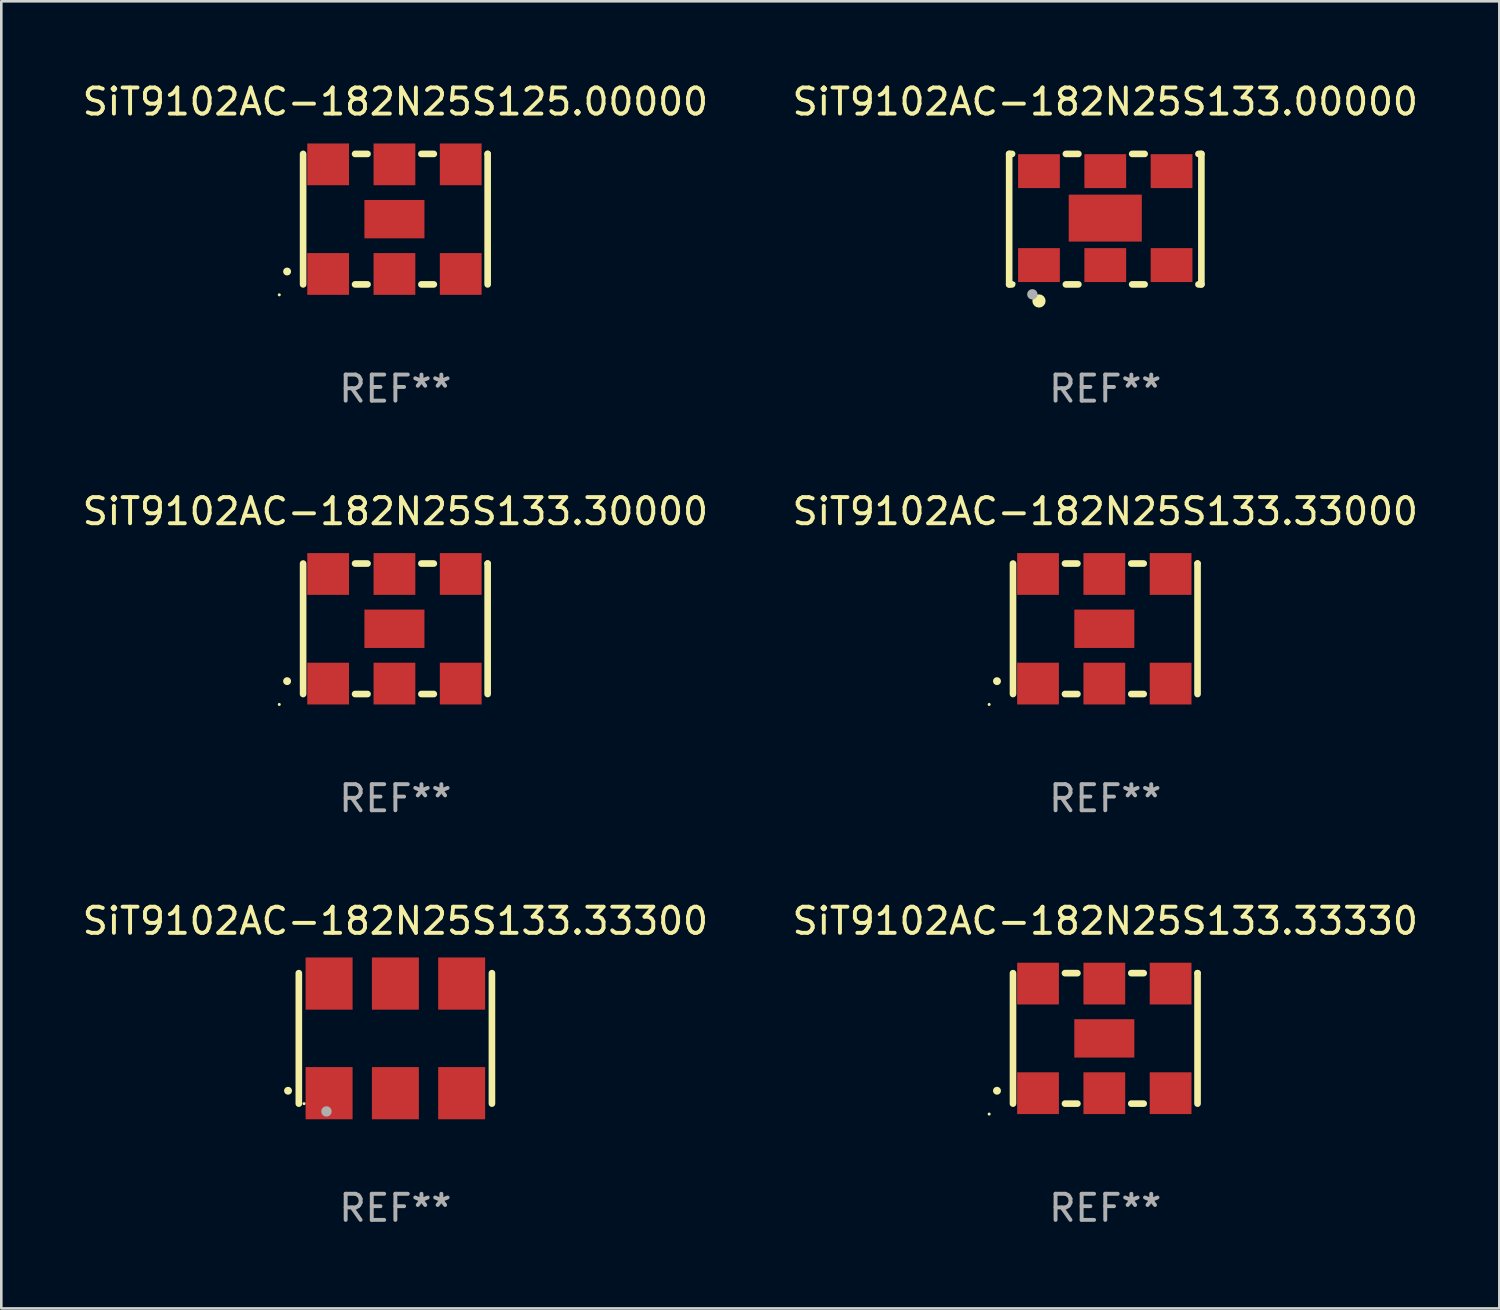
<source format=kicad_pcb>
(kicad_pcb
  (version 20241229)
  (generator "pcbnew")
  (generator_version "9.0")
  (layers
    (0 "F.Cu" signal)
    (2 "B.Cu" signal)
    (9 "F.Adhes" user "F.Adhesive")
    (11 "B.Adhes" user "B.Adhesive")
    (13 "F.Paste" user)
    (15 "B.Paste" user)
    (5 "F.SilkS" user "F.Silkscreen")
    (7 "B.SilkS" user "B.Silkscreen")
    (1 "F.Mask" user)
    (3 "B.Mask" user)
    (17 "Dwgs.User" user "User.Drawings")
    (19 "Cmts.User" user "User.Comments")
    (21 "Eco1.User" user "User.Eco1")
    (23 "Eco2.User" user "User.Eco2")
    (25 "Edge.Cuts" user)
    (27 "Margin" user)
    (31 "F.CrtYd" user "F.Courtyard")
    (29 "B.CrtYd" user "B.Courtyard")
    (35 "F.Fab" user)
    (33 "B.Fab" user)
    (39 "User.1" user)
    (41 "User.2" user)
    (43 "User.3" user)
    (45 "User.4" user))
  (footprint "SiT9102AC-182N25S125.00000"
    (layer "F.Cu")
    (at 12.101 5.348)
    (property "Reference" "SiT9102AC-182N25S125.00000" (at 0 -4.5 0) (layer "F.SilkS") (effects (font (size 1 1) (thickness 0.15))))
    (attr through_hole)
    (fp_line (start -3.536 -2.5) (end -3.536 2.5) (stroke (width 0.254) (type solid)) (layer "F.SilkS"))
    (fp_line (start -1.544 2.5) (end -1.067 2.5) (stroke (width 0.254) (type solid)) (layer "F.SilkS"))
    (fp_line (start -1.067 -2.5) (end -1.544 -2.5) (stroke (width 0.254) (type solid)) (layer "F.SilkS"))
    (fp_line (start 0.996 2.5) (end 1.473 2.5) (stroke (width 0.254) (type solid)) (layer "F.SilkS"))
    (fp_line (start 1.473 -2.5) (end 0.996 -2.5) (stroke (width 0.254) (type solid)) (layer "F.SilkS"))
    (fp_line (start 3.536 -2.5) (end 3.536 -2.5) (stroke (width 0.254) (type solid)) (layer "F.SilkS"))
    (fp_line (start 3.536 2.5) (end 3.536 -2.5) (stroke (width 0.254) (type solid)) (layer "F.SilkS"))
    (fp_arc (start -4.150432 2.006604) (mid -4.149162 2.006599) (end -4.147892 2.006604) (stroke (width 0.3) (type solid)) (layer "F.SilkS"))
    (fp_circle (center -4.449 2.9) (end -4.419 2.9) (stroke (width 0.06) (type solid)) (fill no) (layer "F.SilkS"))
    (fp_text user "REF**" (at 0 6.5 0) (layer "F.Fab") (effects (font (size 1 1) (thickness 0.15))))
    (pad "1" smd rect (at -2.576 2.1) (size 1.6 1.6) (layers "F.Cu" "F.Mask" "F.Paste"))
    (pad "2" smd rect (at -0.036 2.1) (size 1.6 1.6) (layers "F.Cu" "F.Mask" "F.Paste"))
    (pad "3" smd rect (at 2.504 2.1) (size 1.6 1.6) (layers "F.Cu" "F.Mask" "F.Paste"))
    (pad "4" smd rect (at 2.504 -2.1) (size 1.6 1.6) (layers "F.Cu" "F.Mask" "F.Paste"))
    (pad "5" smd rect (at -0.036 -2.1) (size 1.6 1.6) (layers "F.Cu" "F.Mask" "F.Paste"))
    (pad "6" smd rect (at -2.576 -2.1) (size 1.6 1.6) (layers "F.Cu" "F.Mask" "F.Paste"))
    (pad "7" smd rect (at -0.036 0) (size 2.3 1.47) (layers "F.Cu" "F.Mask" "F.Paste")))
  (footprint "SiT9102AC-182N25S133.30000"
    (layer "F.Cu")
    (at 12.101 21.045)
    (property "Reference" "SiT9102AC-182N25S133.30000" (at 0 -4.5 0) (layer "F.SilkS") (effects (font (size 1 1) (thickness 0.15))))
    (attr through_hole)
    (fp_line (start -3.536 -2.5) (end -3.536 2.5) (stroke (width 0.254) (type solid)) (layer "F.SilkS"))
    (fp_line (start -1.544 2.5) (end -1.067 2.5) (stroke (width 0.254) (type solid)) (layer "F.SilkS"))
    (fp_line (start -1.067 -2.5) (end -1.544 -2.5) (stroke (width 0.254) (type solid)) (layer "F.SilkS"))
    (fp_line (start 0.996 2.5) (end 1.473 2.5) (stroke (width 0.254) (type solid)) (layer "F.SilkS"))
    (fp_line (start 1.473 -2.5) (end 0.996 -2.5) (stroke (width 0.254) (type solid)) (layer "F.SilkS"))
    (fp_line (start 3.536 -2.5) (end 3.536 -2.5) (stroke (width 0.254) (type solid)) (layer "F.SilkS"))
    (fp_line (start 3.536 2.5) (end 3.536 -2.5) (stroke (width 0.254) (type solid)) (layer "F.SilkS"))
    (fp_arc (start -4.150432 2.006604) (mid -4.149162 2.006599) (end -4.147892 2.006604) (stroke (width 0.3) (type solid)) (layer "F.SilkS"))
    (fp_circle (center -4.449 2.9) (end -4.419 2.9) (stroke (width 0.06) (type solid)) (fill no) (layer "F.SilkS"))
    (fp_text user "REF**" (at 0 6.5 0) (layer "F.Fab") (effects (font (size 1 1) (thickness 0.15))))
    (pad "1" smd rect (at -2.576 2.1) (size 1.6 1.6) (layers "F.Cu" "F.Mask" "F.Paste"))
    (pad "2" smd rect (at -0.036 2.1) (size 1.6 1.6) (layers "F.Cu" "F.Mask" "F.Paste"))
    (pad "3" smd rect (at 2.504 2.1) (size 1.6 1.6) (layers "F.Cu" "F.Mask" "F.Paste"))
    (pad "4" smd rect (at 2.504 -2.1) (size 1.6 1.6) (layers "F.Cu" "F.Mask" "F.Paste"))
    (pad "5" smd rect (at -0.036 -2.1) (size 1.6 1.6) (layers "F.Cu" "F.Mask" "F.Paste"))
    (pad "6" smd rect (at -2.576 -2.1) (size 1.6 1.6) (layers "F.Cu" "F.Mask" "F.Paste"))
    (pad "7" smd rect (at -0.036 0) (size 2.3 1.47) (layers "F.Cu" "F.Mask" "F.Paste")))
  (footprint "SiT9102AC-182N25S133.33300"
    (layer "F.Cu")
    (at 12.101 36.741)
    (property "Reference" "SiT9102AC-182N25S133.33300" (at 0 -4.5 0) (layer "F.SilkS") (effects (font (size 1 1) (thickness 0.15))))
    (attr through_hole)
    (fp_line (start -3.7 -2.5) (end -3.7 2.5) (stroke (width 0.254) (type solid)) (layer "F.SilkS"))
    (fp_line (start 3.7 -2.5) (end 3.7 2.5) (stroke (width 0.254) (type solid)) (layer "F.SilkS"))
    (fp_arc (start -4.114415 2.006604) (mid -4.113145 2.006599) (end -4.111875 2.006604) (stroke (width 0.3) (type solid)) (layer "F.SilkS"))
    (fp_circle (center -3.5 2.501) (end -3.47 2.501) (stroke (width 0.06) (type solid)) (fill no) (layer "F.SilkS"))
    (fp_circle (center -2.641 2.799) (end -2.541 2.799) (stroke (width 0.2) (type solid)) (fill no) (layer "F.Fab"))
    (fp_text user "REF**" (at 0 6.5 0) (layer "F.Fab") (effects (font (size 1 1) (thickness 0.15))))
    (pad "1" smd rect (at -2.54 2.1) (size 1.8 2) (layers "F.Cu" "F.Mask" "F.Paste"))
    (pad "2" smd rect (at 0.000394 2.1) (size 1.8 2) (layers "F.Cu" "F.Mask" "F.Paste"))
    (pad "3" smd rect (at 2.54 2.1) (size 1.8 2) (layers "F.Cu" "F.Mask" "F.Paste"))
    (pad "4" smd rect (at 2.54 -2.1) (size 1.8 2) (layers "F.Cu" "F.Mask" "F.Paste"))
    (pad "5" smd rect (at 0.000394 -2.1) (size 1.8 2) (layers "F.Cu" "F.Mask" "F.Paste"))
    (pad "6" smd rect (at -2.54 -2.1) (size 1.8 2) (layers "F.Cu" "F.Mask" "F.Paste")))
  (footprint "SiT9102AC-182N25S133.33330"
    (layer "F.Cu")
    (at 39.304 36.741)
    (property "Reference" "SiT9102AC-182N25S133.33330" (at 0 -4.5 0) (layer "F.SilkS") (effects (font (size 1 1) (thickness 0.15))))
    (attr through_hole)
    (fp_line (start -3.536 -2.5) (end -3.536 2.5) (stroke (width 0.254) (type solid)) (layer "F.SilkS"))
    (fp_line (start -1.544 2.5) (end -1.067 2.5) (stroke (width 0.254) (type solid)) (layer "F.SilkS"))
    (fp_line (start -1.067 -2.5) (end -1.544 -2.5) (stroke (width 0.254) (type solid)) (layer "F.SilkS"))
    (fp_line (start 0.996 2.5) (end 1.473 2.5) (stroke (width 0.254) (type solid)) (layer "F.SilkS"))
    (fp_line (start 1.473 -2.5) (end 0.996 -2.5) (stroke (width 0.254) (type solid)) (layer "F.SilkS"))
    (fp_line (start 3.536 -2.5) (end 3.536 -2.5) (stroke (width 0.254) (type solid)) (layer "F.SilkS"))
    (fp_line (start 3.536 2.5) (end 3.536 -2.5) (stroke (width 0.254) (type solid)) (layer "F.SilkS"))
    (fp_arc (start -4.150432 2.006604) (mid -4.149162 2.006599) (end -4.147892 2.006604) (stroke (width 0.3) (type solid)) (layer "F.SilkS"))
    (fp_circle (center -4.449 2.9) (end -4.419 2.9) (stroke (width 0.06) (type solid)) (fill no) (layer "F.SilkS"))
    (fp_text user "REF**" (at 0 6.5 0) (layer "F.Fab") (effects (font (size 1 1) (thickness 0.15))))
    (pad "1" smd rect (at -2.576 2.1) (size 1.6 1.6) (layers "F.Cu" "F.Mask" "F.Paste"))
    (pad "2" smd rect (at -0.036 2.1) (size 1.6 1.6) (layers "F.Cu" "F.Mask" "F.Paste"))
    (pad "3" smd rect (at 2.504 2.1) (size 1.6 1.6) (layers "F.Cu" "F.Mask" "F.Paste"))
    (pad "4" smd rect (at 2.504 -2.1) (size 1.6 1.6) (layers "F.Cu" "F.Mask" "F.Paste"))
    (pad "5" smd rect (at -0.036 -2.1) (size 1.6 1.6) (layers "F.Cu" "F.Mask" "F.Paste"))
    (pad "6" smd rect (at -2.576 -2.1) (size 1.6 1.6) (layers "F.Cu" "F.Mask" "F.Paste"))
    (pad "7" smd rect (at -0.036 0) (size 2.3 1.47) (layers "F.Cu" "F.Mask" "F.Paste")))
  (footprint "SiT9102AC-182N25S133.33000"
    (layer "F.Cu")
    (at 39.304 21.045)
    (property "Reference" "SiT9102AC-182N25S133.33000" (at 0 -4.5 0) (layer "F.SilkS") (effects (font (size 1 1) (thickness 0.15))))
    (attr through_hole)
    (fp_line (start -3.536 -2.5) (end -3.536 2.5) (stroke (width 0.254) (type solid)) (layer "F.SilkS"))
    (fp_line (start -1.544 2.5) (end -1.067 2.5) (stroke (width 0.254) (type solid)) (layer "F.SilkS"))
    (fp_line (start -1.067 -2.5) (end -1.544 -2.5) (stroke (width 0.254) (type solid)) (layer "F.SilkS"))
    (fp_line (start 0.996 2.5) (end 1.473 2.5) (stroke (width 0.254) (type solid)) (layer "F.SilkS"))
    (fp_line (start 1.473 -2.5) (end 0.996 -2.5) (stroke (width 0.254) (type solid)) (layer "F.SilkS"))
    (fp_line (start 3.536 -2.5) (end 3.536 -2.5) (stroke (width 0.254) (type solid)) (layer "F.SilkS"))
    (fp_line (start 3.536 2.5) (end 3.536 -2.5) (stroke (width 0.254) (type solid)) (layer "F.SilkS"))
    (fp_arc (start -4.150432 2.006604) (mid -4.149162 2.006599) (end -4.147892 2.006604) (stroke (width 0.3) (type solid)) (layer "F.SilkS"))
    (fp_circle (center -4.449 2.9) (end -4.419 2.9) (stroke (width 0.06) (type solid)) (fill no) (layer "F.SilkS"))
    (fp_text user "REF**" (at 0 6.5 0) (layer "F.Fab") (effects (font (size 1 1) (thickness 0.15))))
    (pad "1" smd rect (at -2.576 2.1) (size 1.6 1.6) (layers "F.Cu" "F.Mask" "F.Paste"))
    (pad "2" smd rect (at -0.036 2.1) (size 1.6 1.6) (layers "F.Cu" "F.Mask" "F.Paste"))
    (pad "3" smd rect (at 2.504 2.1) (size 1.6 1.6) (layers "F.Cu" "F.Mask" "F.Paste"))
    (pad "4" smd rect (at 2.504 -2.1) (size 1.6 1.6) (layers "F.Cu" "F.Mask" "F.Paste"))
    (pad "5" smd rect (at -0.036 -2.1) (size 1.6 1.6) (layers "F.Cu" "F.Mask" "F.Paste"))
    (pad "6" smd rect (at -2.576 -2.1) (size 1.6 1.6) (layers "F.Cu" "F.Mask" "F.Paste"))
    (pad "7" smd rect (at -0.036 0) (size 2.3 1.47) (layers "F.Cu" "F.Mask" "F.Paste")))
  (footprint "SiT9102AC-182N25S133.00000"
    (layer "F.Cu")
    (at 39.304 5.348)
    (property "Reference" "SiT9102AC-182N25S133.00000" (at 0 -4.5 0) (layer "F.SilkS") (effects (font (size 1 1) (thickness 0.15))))
    (attr through_hole)
    (fp_line (start -3.683 -2.5) (end -3.571 -2.5) (stroke (width 0.254) (type solid)) (layer "F.SilkS"))
    (fp_line (start -3.683 2.5) (end -3.683 -2.5) (stroke (width 0.254) (type solid)) (layer "F.SilkS"))
    (fp_line (start -3.683 2.5) (end -3.571 2.5) (stroke (width 0.254) (type solid)) (layer "F.SilkS"))
    (fp_line (start -1.509 -2.5) (end -1.031 -2.5) (stroke (width 0.254) (type solid)) (layer "F.SilkS"))
    (fp_line (start -1.509 2.5) (end -1.031 2.5) (stroke (width 0.254) (type solid)) (layer "F.SilkS"))
    (fp_line (start 1.031 -2.5) (end 1.509 -2.5) (stroke (width 0.254) (type solid)) (layer "F.SilkS"))
    (fp_line (start 1.031 2.5) (end 1.509 2.5) (stroke (width 0.254) (type solid)) (layer "F.SilkS"))
    (fp_line (start 3.571 -2.5) (end 3.683 -2.5) (stroke (width 0.254) (type solid)) (layer "F.SilkS"))
    (fp_line (start 3.571 2.5) (end 3.683 2.5) (stroke (width 0.254) (type solid)) (layer "F.SilkS"))
    (fp_line (start 3.683 2.5) (end 3.683 -2.5) (stroke (width 0.254) (type solid)) (layer "F.SilkS"))
    (fp_circle (center -3.5 2.46) (end -3.47 2.46) (stroke (width 0.06) (type solid)) (fill no) (layer "F.SilkS"))
    (fp_circle (center -2.54 3.135) (end -2.413 3.135) (stroke (width 0.254) (type solid)) (fill no) (layer "F.SilkS"))
    (fp_circle (center -2.794 2.881) (end -2.694 2.881) (stroke (width 0.2) (type solid)) (fill no) (layer "F.Fab"))
    (fp_text user "REF**" (at 0 6.5 0) (layer "F.Fab") (effects (font (size 1 1) (thickness 0.15))))
    (pad "1" smd rect (at -2.54 1.76) (size 1.6 1.3) (layers "F.Cu" "F.Mask" "F.Paste"))
    (pad "2" smd rect (at 0 1.76) (size 1.6 1.3) (layers "F.Cu" "F.Mask" "F.Paste"))
    (pad "3" smd rect (at 2.54 1.76) (size 1.6 1.3) (layers "F.Cu" "F.Mask" "F.Paste"))
    (pad "4" smd rect (at 2.54 -1.84) (size 1.6 1.3) (layers "F.Cu" "F.Mask" "F.Paste"))
    (pad "5" smd rect (at 0 -1.84) (size 1.6 1.3) (layers "F.Cu" "F.Mask" "F.Paste"))
    (pad "6" smd rect (at -2.54 -1.84) (size 1.6 1.3) (layers "F.Cu" "F.Mask" "F.Paste"))
    (pad "7" smd rect (at 0 -0.04) (size 2.8 1.8) (layers "F.Cu" "F.Mask" "F.Paste")))
  (gr_rect
    (start -3 -3)
    (end 54.405 47.09)
    (stroke (width 0.1) (type default))
    (fill no)
    (layer "Edge.Cuts")))
</source>
